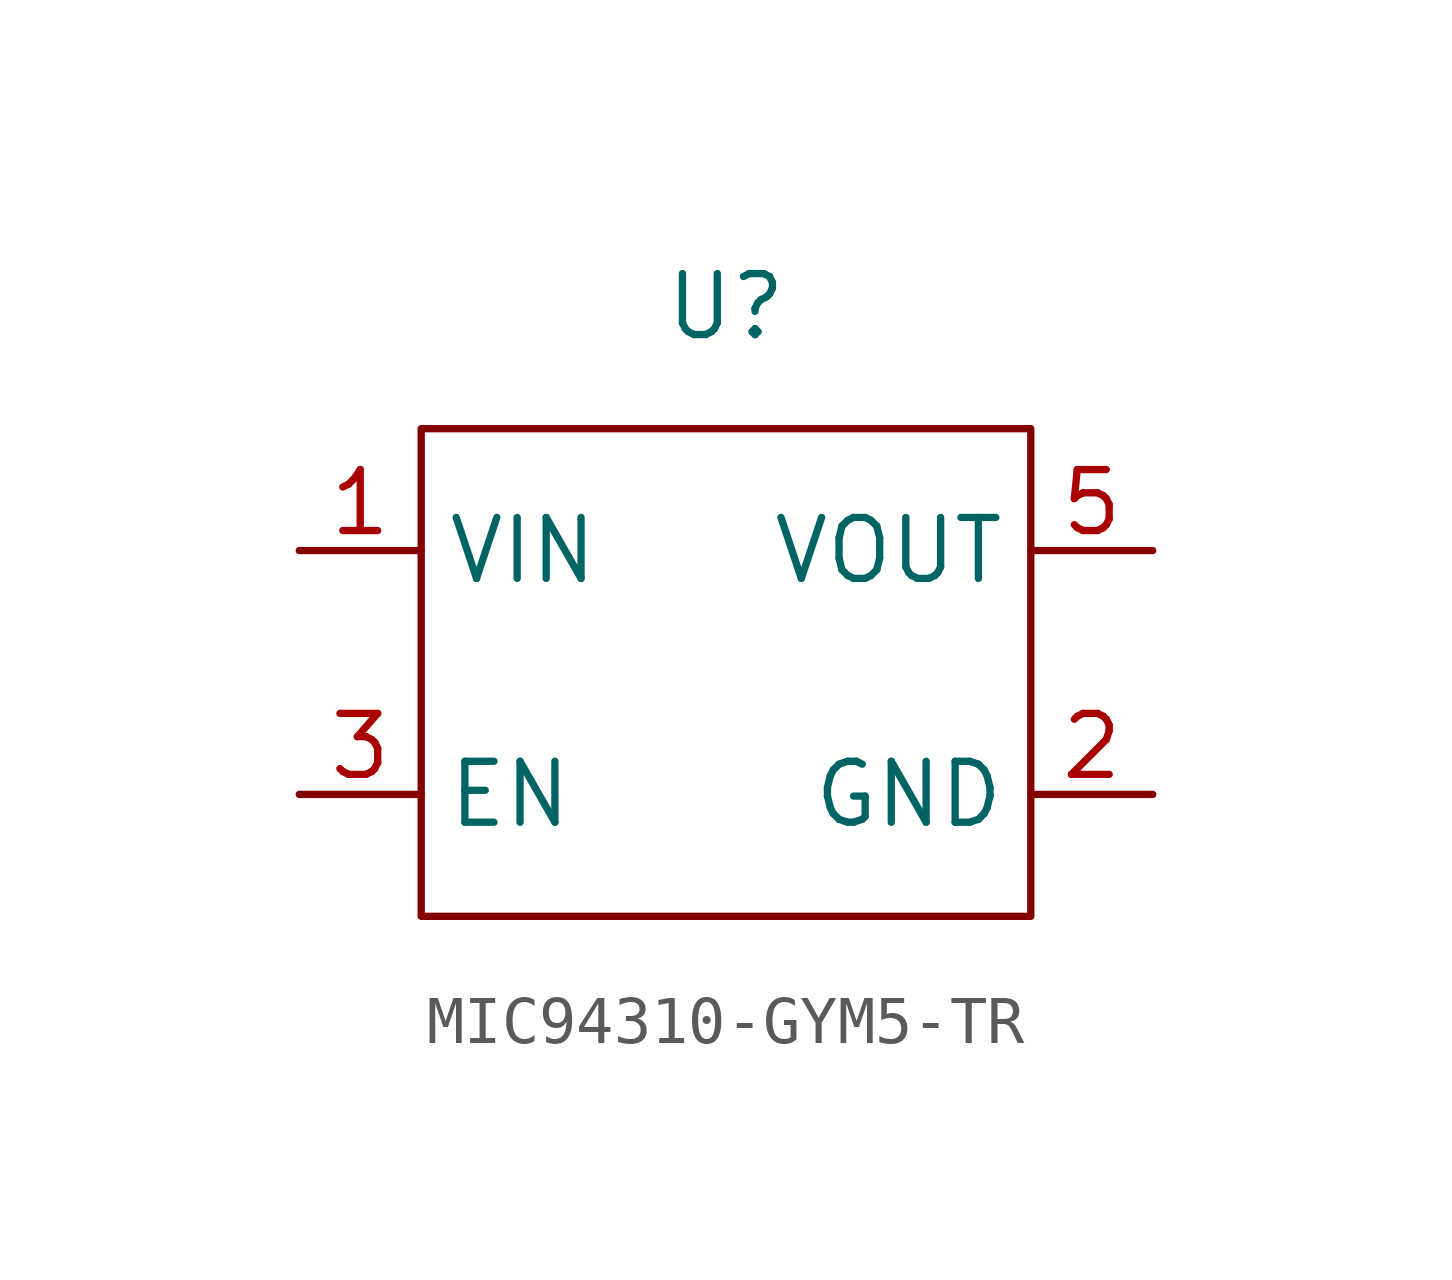
<source format=kicad_sym>
(kicad_symbol_lib
  (version 20220914)
  (generator kicad_symbol_editor)
  (symbol "MIC94310-GYM5-TR"
    (property "Reference" "U"
      (at 0 7.62 0)
      (effects (font (size 1.27 1.27))))
    (property "Value" ""
      (at 0 0 0)
      (effects (font (size 1.27 1.27))))
    (symbol "MIC94310-GYM5-TR_0_1"
      (rectangle (start -6.35 5.08) (end 6.35 -5.08) (stroke (width 0) (type default)) (fill (type none))))
    (symbol "MIC94310-GYM5-TR_1_1"
      (pin power_in line (at -8.89 2.54 0) (length 2.54) (name "VIN" (effects (font (size 1.27 1.27)))) (number "1" (effects (font (size 1.27 1.27)))))
      (pin power_in line (at 8.89 -2.54 180) (length 2.54) (name "GND" (effects (font (size 1.27 1.27)))) (number "2" (effects (font (size 1.27 1.27)))))
      (pin input line (at -8.89 -2.54 0) (length 2.54) (name "EN" (effects (font (size 1.27 1.27)))) (number "3" (effects (font (size 1.27 1.27)))))
      (pin power_out line (at 8.89 2.54 180) (length 2.54) (name "VOUT" (effects (font (size 1.27 1.27)))) (number "5" (effects (font (size 1.27 1.27))))))))
</source>
